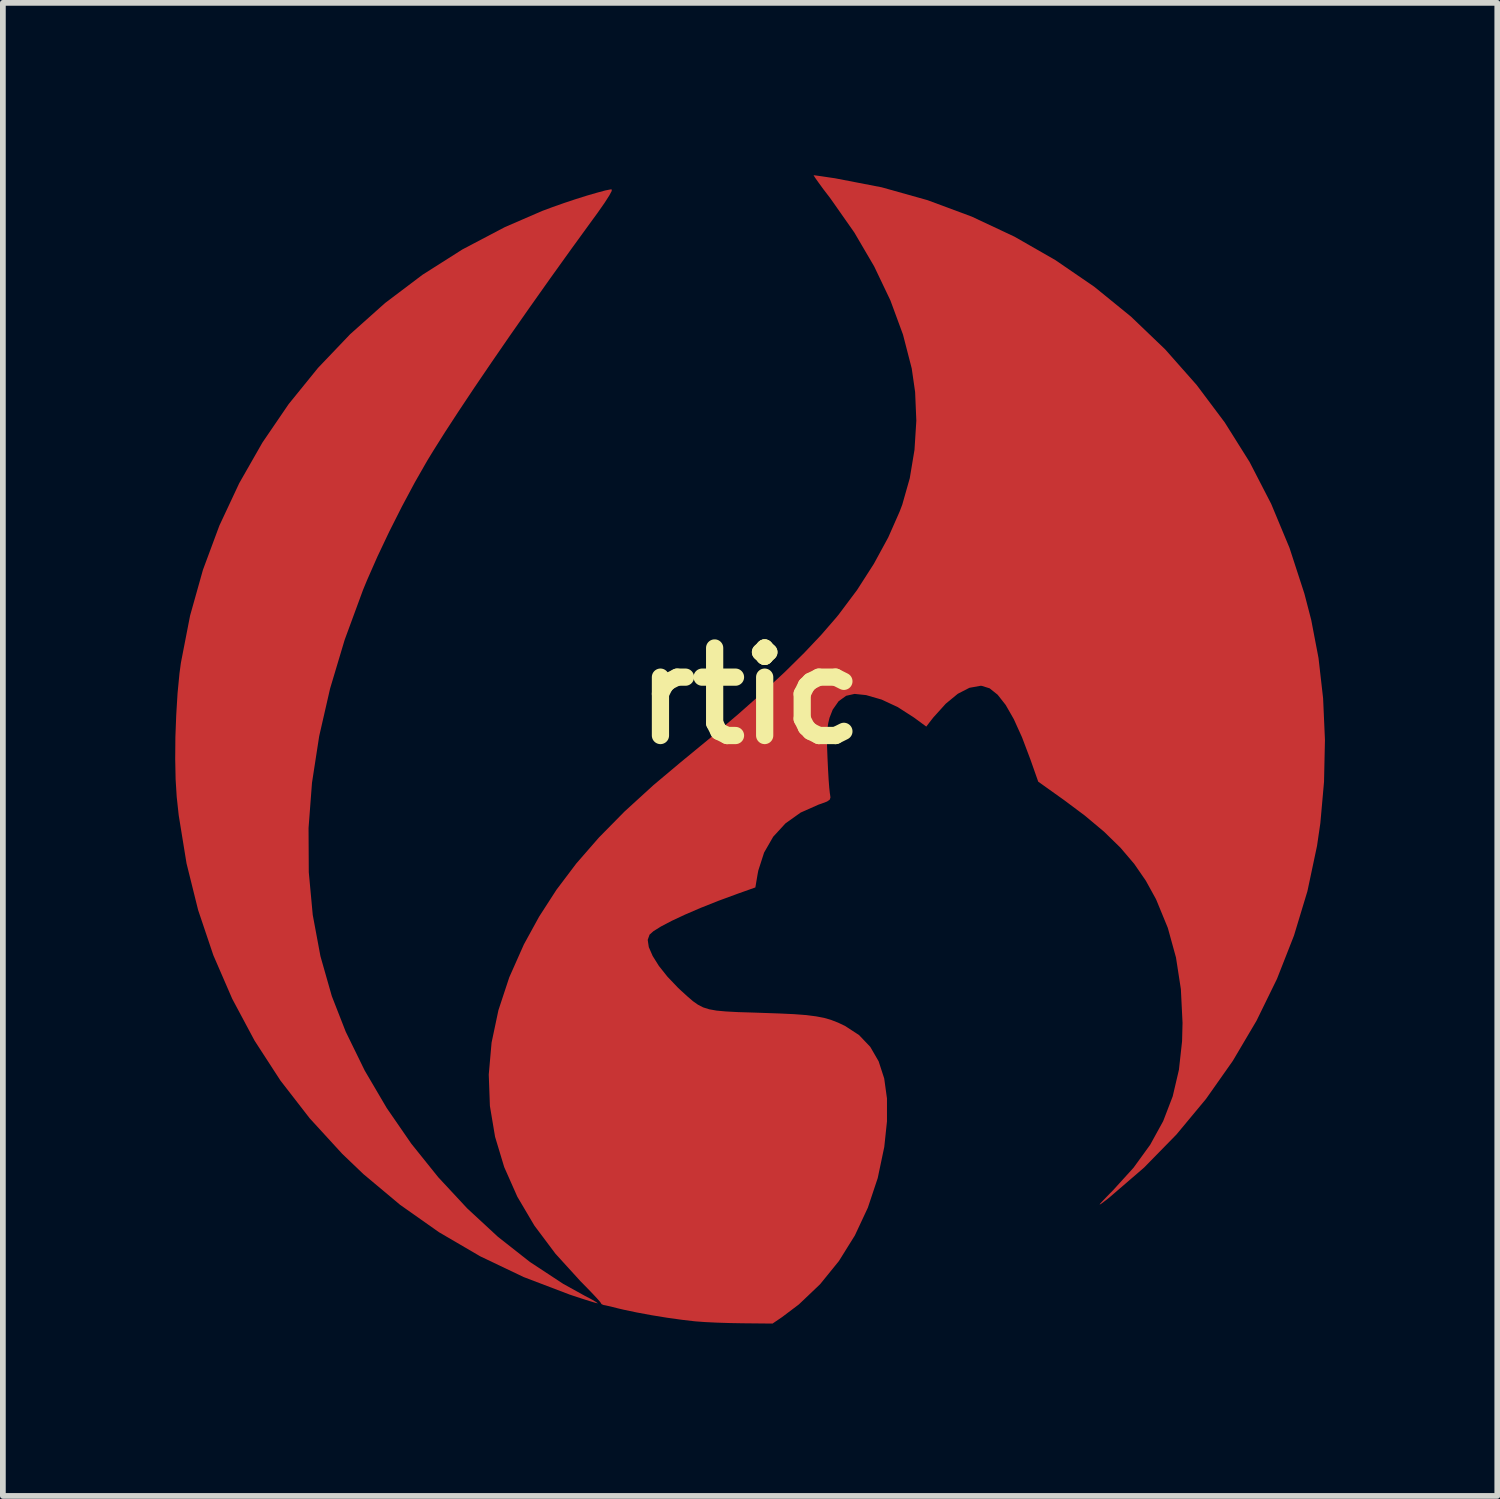
<source format=kicad_pcb>
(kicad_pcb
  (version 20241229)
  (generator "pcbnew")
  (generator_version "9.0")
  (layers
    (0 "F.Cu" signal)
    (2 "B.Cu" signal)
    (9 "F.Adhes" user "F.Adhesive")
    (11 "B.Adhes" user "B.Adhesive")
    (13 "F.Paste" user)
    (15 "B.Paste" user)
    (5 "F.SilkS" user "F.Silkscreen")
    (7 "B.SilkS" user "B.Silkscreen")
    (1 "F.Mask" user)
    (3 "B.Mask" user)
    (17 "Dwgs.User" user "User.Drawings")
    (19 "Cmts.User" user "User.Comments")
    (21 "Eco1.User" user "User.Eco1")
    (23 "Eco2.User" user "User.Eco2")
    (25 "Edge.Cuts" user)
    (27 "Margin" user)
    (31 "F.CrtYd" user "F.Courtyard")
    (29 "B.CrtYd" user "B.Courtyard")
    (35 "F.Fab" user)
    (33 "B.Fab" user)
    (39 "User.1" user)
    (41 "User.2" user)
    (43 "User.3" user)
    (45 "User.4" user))
  (footprint "rtic"
    (layer "F.Cu")
    (at 10.007 9.064)
    (property "Reference" "rtic" (at 0 0 0) (layer "F.SilkS") (effects (font (size 1.524 1.524) (thickness 0.3))))
    (attr board_only exclude_from_pos_files exclude_from_bom)
    (fp_poly (pts (xy -2.408 -8.791) (xy -2.45 -8.712) (xy -2.534 -8.581) (xy -2.66 -8.401) (xy -2.734 -8.3) (xy -3.111 -7.781) (xy -3.481 -7.265) (xy -3.839 -6.759) (xy -4.182 -6.269) (xy -4.505 -5.8) (xy -4.804 -5.36) (xy -5.075 -4.953) (xy -5.314 -4.586) (xy -5.516 -4.265) (xy -5.621 -4.093) (xy -5.837 -3.715) (xy -6.061 -3.296) (xy -6.282 -2.858) (xy -6.488 -2.423) (xy -6.668 -2.014) (xy -6.738 -1.844) (xy -7.057 -0.977) (xy -7.311 -0.128) (xy -7.501 0.702) (xy -7.626 1.512) (xy -7.686 2.301) (xy -7.682 3.068) (xy -7.613 3.812) (xy -7.479 4.531) (xy -7.281 5.226) (xy -7.039 5.845) (xy -6.708 6.522) (xy -6.325 7.174) (xy -5.897 7.795) (xy -5.428 8.379) (xy -4.924 8.921) (xy -4.39 9.415) (xy -3.832 9.854) (xy -3.254 10.234) (xy -2.882 10.44) (xy -2.767 10.5) (xy -2.687 10.547) (xy -2.652 10.572) (xy -2.653 10.574) (xy -2.698 10.563) (xy -2.795 10.534) (xy -2.933 10.49) (xy -3.097 10.436) (xy -3.144 10.42) (xy -3.942 10.116) (xy -4.698 9.755) (xy -5.415 9.336) (xy -6.092 8.859) (xy -6.731 8.324) (xy -7.099 7.972) (xy -7.666 7.353) (xy -8.175 6.696) (xy -8.625 6.002) (xy -9.014 5.274) (xy -9.343 4.515) (xy -9.608 3.728) (xy -9.81 2.915) (xy -9.946 2.078) (xy -9.981 1.757) (xy -10 1.452) (xy -10.007 1.098) (xy -10.004 0.717) (xy -9.989 0.328) (xy -9.966 -0.048) (xy -9.933 -0.39) (xy -9.908 -0.576) (xy -9.748 -1.398) (xy -9.524 -2.195) (xy -9.238 -2.965) (xy -8.892 -3.704) (xy -8.489 -4.41) (xy -8.032 -5.08) (xy -7.521 -5.71) (xy -6.961 -6.297) (xy -6.354 -6.839) (xy -5.701 -7.332) (xy -5.006 -7.773) (xy -4.27 -8.16) (xy -3.619 -8.442) (xy -3.439 -8.509) (xy -3.241 -8.579) (xy -3.037 -8.647) (xy -2.84 -8.709) (xy -2.664 -8.76) (xy -2.523 -8.798) (xy -2.429 -8.817) (xy -2.41 -8.818)) (stroke (width 0) (type solid)) (fill yes) (layer "F.Cu"))
    (fp_poly (pts (xy 1.147 -9.059) (xy 1.241 -9.046) (xy 1.373 -9.026) (xy 1.477 -9.011) (xy 2.293 -8.853) (xy 3.088 -8.63) (xy 3.86 -8.343) (xy 4.603 -7.994) (xy 5.315 -7.586) (xy 5.992 -7.122) (xy 6.63 -6.603) (xy 7.226 -6.032) (xy 7.775 -5.411) (xy 8.263 -4.76) (xy 8.695 -4.072) (xy 9.071 -3.343) (xy 9.39 -2.577) (xy 9.649 -1.781) (xy 9.768 -1.323) (xy 9.895 -0.659) (xy 9.975 0.043) (xy 10.007 0.766) (xy 9.991 1.495) (xy 9.927 2.214) (xy 9.869 2.611) (xy 9.702 3.399) (xy 9.468 4.172) (xy 9.172 4.926) (xy 8.816 5.654) (xy 8.403 6.353) (xy 7.937 7.015) (xy 7.421 7.636) (xy 6.857 8.212) (xy 6.25 8.735) (xy 6.183 8.787) (xy 6.114 8.839) (xy 6.084 8.857) (xy 6.096 8.836) (xy 6.153 8.775) (xy 6.256 8.669) (xy 6.319 8.605) (xy 6.676 8.212) (xy 6.965 7.813) (xy 7.191 7.402) (xy 7.357 6.97) (xy 7.465 6.509) (xy 7.52 6.011) (xy 7.528 5.691) (xy 7.499 5.104) (xy 7.414 4.554) (xy 7.272 4.039) (xy 7.072 3.552) (xy 7.062 3.531) (xy 6.889 3.217) (xy 6.687 2.924) (xy 6.447 2.642) (xy 6.162 2.364) (xy 5.824 2.081) (xy 5.468 1.815) (xy 5.016 1.493) (xy 4.88 1.107) (xy 4.734 0.721) (xy 4.591 0.405) (xy 4.449 0.157) (xy 4.309 -0.021) (xy 4.17 -0.132) (xy 4.032 -0.175) (xy 4.012 -0.176) (xy 3.818 -0.141) (xy 3.616 -0.037) (xy 3.407 0.135) (xy 3.191 0.374) (xy 3.158 0.416) (xy 3.067 0.534) (xy 2.852 0.376) (xy 2.571 0.195) (xy 2.29 0.064) (xy 2.02 -0.014) (xy 1.819 -0.035) (xy 1.672 -0.002) (xy 1.541 0.093) (xy 1.438 0.24) (xy 1.383 0.38) (xy 1.36 0.476) (xy 1.345 0.582) (xy 1.339 0.711) (xy 1.34 0.881) (xy 1.348 1.087) (xy 1.357 1.279) (xy 1.367 1.455) (xy 1.378 1.597) (xy 1.388 1.691) (xy 1.391 1.708) (xy 1.399 1.768) (xy 1.386 1.807) (xy 1.339 1.839) (xy 1.243 1.875) (xy 1.193 1.892) (xy 0.88 2.031) (xy 0.616 2.219) (xy 0.402 2.452) (xy 0.244 2.727) (xy 0.143 3.04) (xy 0.13 3.109) (xy 0.092 3.334) (xy -0.226 3.447) (xy -0.554 3.568) (xy -0.858 3.689) (xy -1.13 3.806) (xy -1.363 3.915) (xy -1.55 4.013) (xy -1.684 4.097) (xy -1.75 4.156) (xy -1.782 4.247) (xy -1.763 4.373) (xy -1.696 4.527) (xy -1.587 4.701) (xy -1.439 4.887) (xy -1.258 5.077) (xy -1.205 5.127) (xy -1.091 5.231) (xy -0.996 5.313) (xy -0.908 5.375) (xy -0.817 5.422) (xy -0.712 5.455) (xy -0.584 5.478) (xy -0.421 5.493) (xy -0.214 5.504) (xy 0.048 5.512) (xy 0.191 5.517) (xy 0.509 5.528) (xy 0.768 5.54) (xy 0.977 5.556) (xy 1.148 5.578) (xy 1.29 5.605) (xy 1.415 5.642) (xy 1.533 5.688) (xy 1.653 5.745) (xy 1.897 5.904) (xy 2.092 6.109) (xy 2.238 6.361) (xy 2.335 6.66) (xy 2.383 7.008) (xy 2.383 7.406) (xy 2.336 7.851) (xy 2.222 8.393) (xy 2.05 8.909) (xy 1.824 9.392) (xy 1.546 9.838) (xy 1.22 10.24) (xy 0.849 10.593) (xy 0.556 10.814) (xy 0.391 10.926) (xy -0.129 10.921) (xy -0.347 10.917) (xy -0.572 10.91) (xy -0.78 10.9) (xy -0.945 10.888) (xy -0.966 10.886) (xy -1.189 10.86) (xy -1.447 10.824) (xy -1.717 10.78) (xy -1.975 10.732) (xy -2.199 10.685) (xy -2.301 10.661) (xy -2.419 10.631) (xy -2.512 10.61) (xy -2.554 10.602) (xy -2.59 10.585) (xy -2.591 10.577) (xy -2.612 10.547) (xy -2.675 10.476) (xy -2.771 10.374) (xy -2.892 10.25) (xy -2.953 10.188) (xy -3.388 9.71) (xy -3.755 9.22) (xy -4.052 8.717) (xy -4.28 8.202) (xy -4.439 7.675) (xy -4.529 7.139) (xy -4.549 6.592) (xy -4.5 6.036) (xy -4.381 5.472) (xy -4.192 4.899) (xy -3.938 4.327) (xy -3.672 3.842) (xy -3.37 3.374) (xy -3.025 2.917) (xy -2.632 2.466) (xy -2.186 2.013) (xy -1.682 1.553) (xy -1.212 1.158) (xy -0.676 0.717) (xy -0.196 0.309) (xy 0.231 -0.069) (xy 0.61 -0.421) (xy 0.943 -0.75) (xy 1.236 -1.06) (xy 1.491 -1.354) (xy 1.54 -1.413) (xy 1.864 -1.846) (xy 2.155 -2.3) (xy 2.405 -2.759) (xy 2.603 -3.208) (xy 2.649 -3.329) (xy 2.78 -3.79) (xy 2.862 -4.283) (xy 2.894 -4.79) (xy 2.873 -5.29) (xy 2.814 -5.7) (xy 2.662 -6.289) (xy 2.443 -6.884) (xy 2.16 -7.477) (xy 1.815 -8.066) (xy 1.411 -8.642) (xy 1.388 -8.674) (xy 1.281 -8.813) (xy 1.195 -8.931) (xy 1.134 -9.017) (xy 1.107 -9.06) (xy 1.106 -9.064)) (stroke (width 0) (type solid)) (fill yes) (layer "F.Cu"))
    (fp_poly (pts (xy -2.408 -8.791) (xy -2.45 -8.712) (xy -2.534 -8.581) (xy -2.66 -8.401) (xy -2.734 -8.3) (xy -3.111 -7.781) (xy -3.481 -7.265) (xy -3.839 -6.759) (xy -4.182 -6.269) (xy -4.505 -5.8) (xy -4.804 -5.36) (xy -5.075 -4.953) (xy -5.314 -4.586) (xy -5.516 -4.265) (xy -5.621 -4.093) (xy -5.837 -3.715) (xy -6.061 -3.296) (xy -6.282 -2.858) (xy -6.488 -2.423) (xy -6.668 -2.014) (xy -6.738 -1.844) (xy -7.057 -0.977) (xy -7.311 -0.128) (xy -7.501 0.702) (xy -7.626 1.512) (xy -7.686 2.301) (xy -7.682 3.068) (xy -7.613 3.812) (xy -7.479 4.531) (xy -7.281 5.226) (xy -7.039 5.845) (xy -6.708 6.522) (xy -6.325 7.174) (xy -5.897 7.795) (xy -5.428 8.379) (xy -4.924 8.921) (xy -4.39 9.415) (xy -3.832 9.854) (xy -3.254 10.234) (xy -2.882 10.44) (xy -2.767 10.5) (xy -2.687 10.547) (xy -2.652 10.572) (xy -2.653 10.574) (xy -2.698 10.563) (xy -2.795 10.534) (xy -2.933 10.49) (xy -3.097 10.436) (xy -3.144 10.42) (xy -3.942 10.116) (xy -4.698 9.755) (xy -5.415 9.336) (xy -6.092 8.859) (xy -6.731 8.324) (xy -7.099 7.972) (xy -7.666 7.353) (xy -8.175 6.696) (xy -8.625 6.002) (xy -9.014 5.274) (xy -9.343 4.515) (xy -9.608 3.728) (xy -9.81 2.915) (xy -9.946 2.078) (xy -9.981 1.757) (xy -10 1.452) (xy -10.007 1.098) (xy -10.004 0.717) (xy -9.989 0.328) (xy -9.966 -0.048) (xy -9.933 -0.39) (xy -9.908 -0.576) (xy -9.748 -1.398) (xy -9.524 -2.195) (xy -9.238 -2.965) (xy -8.892 -3.704) (xy -8.489 -4.41) (xy -8.032 -5.08) (xy -7.521 -5.71) (xy -6.961 -6.297) (xy -6.354 -6.839) (xy -5.701 -7.332) (xy -5.006 -7.773) (xy -4.27 -8.16) (xy -3.619 -8.442) (xy -3.439 -8.509) (xy -3.241 -8.579) (xy -3.037 -8.647) (xy -2.84 -8.709) (xy -2.664 -8.76) (xy -2.523 -8.798) (xy -2.429 -8.817) (xy -2.41 -8.818)) (stroke (width 0) (type solid)) (fill yes) (layer "F.Mask"))
    (fp_poly (pts (xy 1.147 -9.059) (xy 1.241 -9.046) (xy 1.373 -9.026) (xy 1.477 -9.011) (xy 2.293 -8.853) (xy 3.088 -8.63) (xy 3.86 -8.343) (xy 4.603 -7.994) (xy 5.315 -7.586) (xy 5.992 -7.122) (xy 6.63 -6.603) (xy 7.226 -6.032) (xy 7.775 -5.411) (xy 8.263 -4.76) (xy 8.695 -4.072) (xy 9.071 -3.343) (xy 9.39 -2.577) (xy 9.649 -1.781) (xy 9.768 -1.323) (xy 9.895 -0.659) (xy 9.975 0.043) (xy 10.007 0.766) (xy 9.991 1.495) (xy 9.927 2.214) (xy 9.869 2.611) (xy 9.702 3.399) (xy 9.468 4.172) (xy 9.172 4.926) (xy 8.816 5.654) (xy 8.403 6.353) (xy 7.937 7.015) (xy 7.421 7.636) (xy 6.857 8.212) (xy 6.25 8.735) (xy 6.183 8.787) (xy 6.114 8.839) (xy 6.084 8.857) (xy 6.096 8.836) (xy 6.153 8.775) (xy 6.256 8.669) (xy 6.319 8.605) (xy 6.676 8.212) (xy 6.965 7.813) (xy 7.191 7.402) (xy 7.357 6.97) (xy 7.465 6.509) (xy 7.52 6.011) (xy 7.528 5.691) (xy 7.499 5.104) (xy 7.414 4.554) (xy 7.272 4.039) (xy 7.072 3.552) (xy 7.062 3.531) (xy 6.889 3.217) (xy 6.687 2.924) (xy 6.447 2.642) (xy 6.162 2.364) (xy 5.824 2.081) (xy 5.468 1.815) (xy 5.016 1.493) (xy 4.88 1.107) (xy 4.734 0.721) (xy 4.591 0.405) (xy 4.449 0.157) (xy 4.309 -0.021) (xy 4.17 -0.132) (xy 4.032 -0.175) (xy 4.012 -0.176) (xy 3.818 -0.141) (xy 3.616 -0.037) (xy 3.407 0.135) (xy 3.191 0.374) (xy 3.158 0.416) (xy 3.067 0.534) (xy 2.852 0.376) (xy 2.571 0.195) (xy 2.29 0.064) (xy 2.02 -0.014) (xy 1.819 -0.035) (xy 1.672 -0.002) (xy 1.541 0.093) (xy 1.438 0.24) (xy 1.383 0.38) (xy 1.36 0.476) (xy 1.345 0.582) (xy 1.339 0.711) (xy 1.34 0.881) (xy 1.348 1.087) (xy 1.357 1.279) (xy 1.367 1.455) (xy 1.378 1.597) (xy 1.388 1.691) (xy 1.391 1.708) (xy 1.399 1.768) (xy 1.386 1.807) (xy 1.339 1.839) (xy 1.243 1.875) (xy 1.193 1.892) (xy 0.88 2.031) (xy 0.616 2.219) (xy 0.402 2.452) (xy 0.244 2.727) (xy 0.143 3.04) (xy 0.13 3.109) (xy 0.092 3.334) (xy -0.226 3.447) (xy -0.554 3.568) (xy -0.858 3.689) (xy -1.13 3.806) (xy -1.363 3.915) (xy -1.55 4.013) (xy -1.684 4.097) (xy -1.75 4.156) (xy -1.782 4.247) (xy -1.763 4.373) (xy -1.696 4.527) (xy -1.587 4.701) (xy -1.439 4.887) (xy -1.258 5.077) (xy -1.205 5.127) (xy -1.091 5.231) (xy -0.996 5.313) (xy -0.908 5.375) (xy -0.817 5.422) (xy -0.712 5.455) (xy -0.584 5.478) (xy -0.421 5.493) (xy -0.214 5.504) (xy 0.048 5.512) (xy 0.191 5.517) (xy 0.509 5.528) (xy 0.768 5.54) (xy 0.977 5.556) (xy 1.148 5.578) (xy 1.29 5.605) (xy 1.415 5.642) (xy 1.533 5.688) (xy 1.653 5.745) (xy 1.897 5.904) (xy 2.092 6.109) (xy 2.238 6.361) (xy 2.335 6.66) (xy 2.383 7.008) (xy 2.383 7.406) (xy 2.336 7.851) (xy 2.222 8.393) (xy 2.05 8.909) (xy 1.824 9.392) (xy 1.546 9.838) (xy 1.22 10.24) (xy 0.849 10.593) (xy 0.556 10.814) (xy 0.391 10.926) (xy -0.129 10.921) (xy -0.347 10.917) (xy -0.572 10.91) (xy -0.78 10.9) (xy -0.945 10.888) (xy -0.966 10.886) (xy -1.189 10.86) (xy -1.447 10.824) (xy -1.717 10.78) (xy -1.975 10.732) (xy -2.199 10.685) (xy -2.301 10.661) (xy -2.419 10.631) (xy -2.512 10.61) (xy -2.554 10.602) (xy -2.59 10.585) (xy -2.591 10.577) (xy -2.612 10.547) (xy -2.675 10.476) (xy -2.771 10.374) (xy -2.892 10.25) (xy -2.953 10.188) (xy -3.388 9.71) (xy -3.755 9.22) (xy -4.052 8.717) (xy -4.28 8.202) (xy -4.439 7.675) (xy -4.529 7.139) (xy -4.549 6.592) (xy -4.5 6.036) (xy -4.381 5.472) (xy -4.192 4.899) (xy -3.938 4.327) (xy -3.672 3.842) (xy -3.37 3.374) (xy -3.025 2.917) (xy -2.632 2.466) (xy -2.186 2.013) (xy -1.682 1.553) (xy -1.212 1.158) (xy -0.676 0.717) (xy -0.196 0.309) (xy 0.231 -0.069) (xy 0.61 -0.421) (xy 0.943 -0.75) (xy 1.236 -1.06) (xy 1.491 -1.354) (xy 1.54 -1.413) (xy 1.864 -1.846) (xy 2.155 -2.3) (xy 2.405 -2.759) (xy 2.603 -3.208) (xy 2.649 -3.329) (xy 2.78 -3.79) (xy 2.862 -4.283) (xy 2.894 -4.79) (xy 2.873 -5.29) (xy 2.814 -5.7) (xy 2.662 -6.289) (xy 2.443 -6.884) (xy 2.16 -7.477) (xy 1.815 -8.066) (xy 1.411 -8.642) (xy 1.388 -8.674) (xy 1.281 -8.813) (xy 1.195 -8.931) (xy 1.134 -9.017) (xy 1.107 -9.06) (xy 1.106 -9.064)) (stroke (width 0) (type solid)) (fill yes) (layer "F.Mask")))
  (gr_rect
    (start -3 -3)
    (end 23.014 22.99)
    (stroke (width 0.1) (type default))
    (fill no)
    (layer "Edge.Cuts")))
</source>
